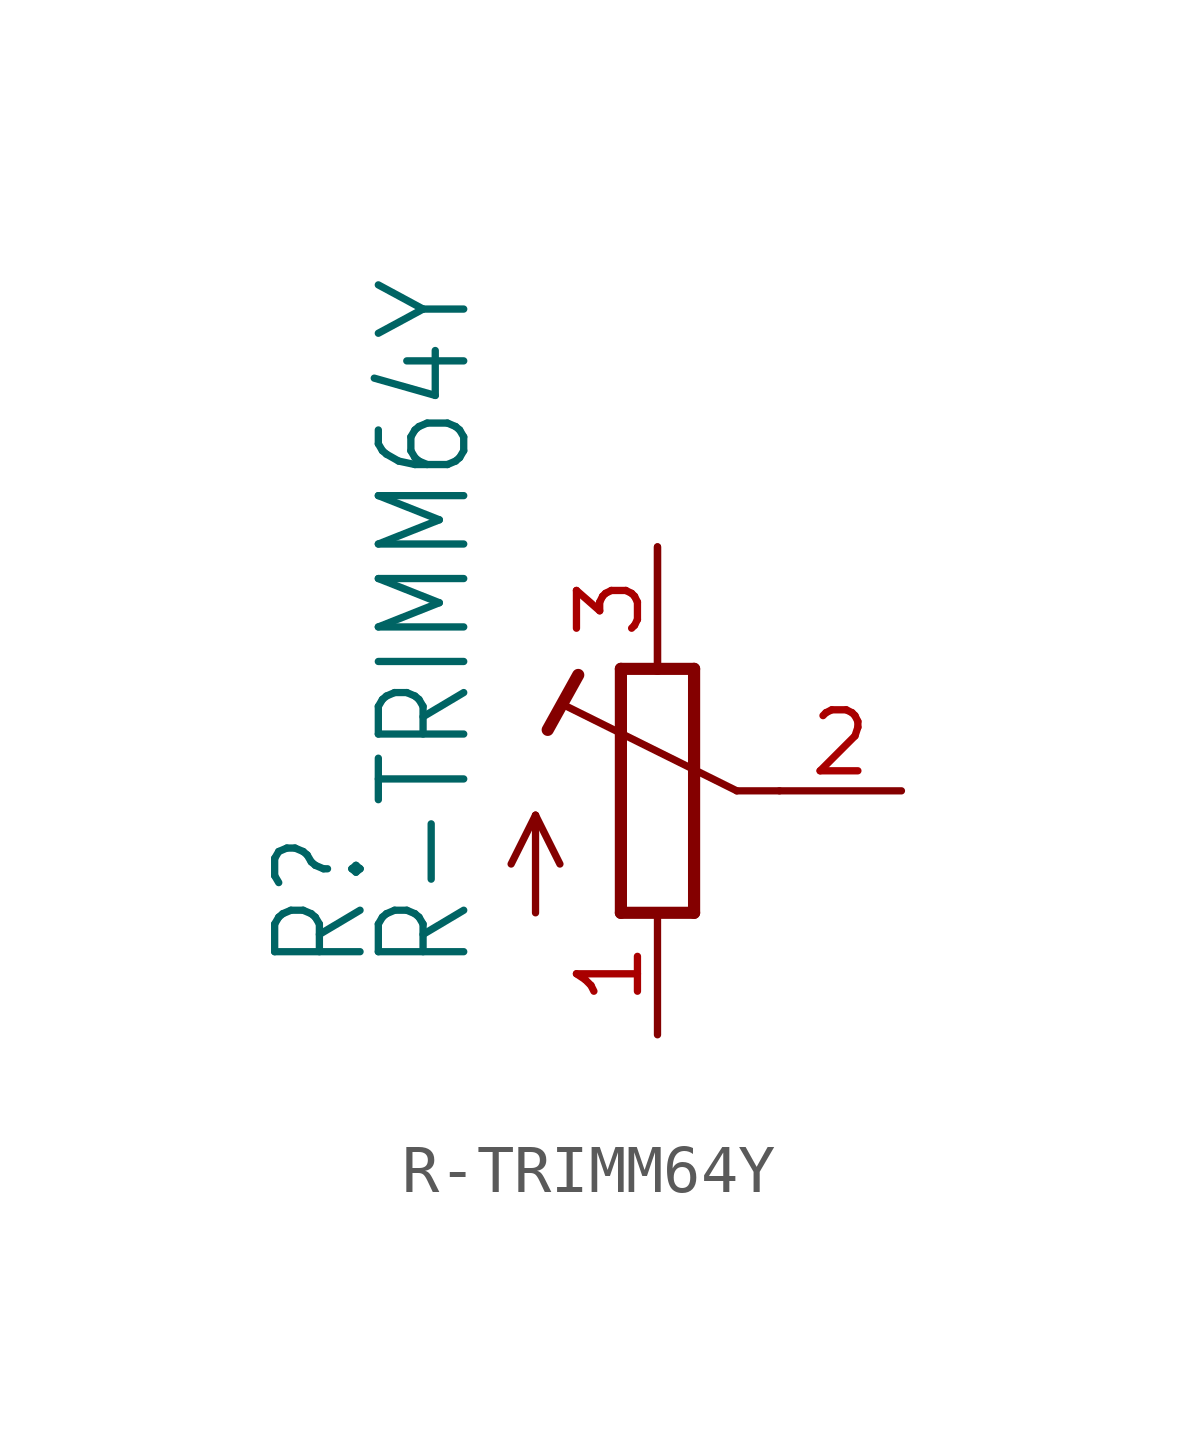
<source format=kicad_sym>
(kicad_symbol_lib
  (version 20220331)
  (generator kicad_symbol_editor)
  (symbol "R-TRIMM64Y"
    (property "Reference" "R"
      (at -5.969 -3.81 90)
      (effects (font (size 1.778 1.511)) (justify left bottom)))
    (property "Value" "R-TRIMM64Y"
      (at -3.81 -3.81 90)
      (effects (font (size 1.778 1.511)) (justify left bottom)))
    (property "ki_locked" ""
      (at 0 0 0)
      (effects (font (size 1.27 1.27))))
    (symbol "R-TRIMM64Y_1_0"
      (polyline (pts (xy -2.54 -2.54) (xy -2.54 -0.508)) (stroke (width 0.152) (type solid)) (fill (type none)))
      (polyline (pts (xy -2.54 -0.508) (xy -3.048 -1.524)) (stroke (width 0.152) (type solid)) (fill (type none)))
      (polyline (pts (xy -2.54 -0.508) (xy -2.032 -1.524)) (stroke (width 0.152) (type solid)) (fill (type none)))
      (polyline (pts (xy -2.286 1.27) (xy -1.651 2.413)) (stroke (width 0.254) (type solid)) (fill (type none)))
      (polyline (pts (xy -0.762 -2.54) (xy 0.762 -2.54)) (stroke (width 0.254) (type solid)) (fill (type none)))
      (polyline (pts (xy -0.762 2.54) (xy -0.762 -2.54)) (stroke (width 0.254) (type solid)) (fill (type none)))
      (polyline (pts (xy 0 2.54) (xy -0.762 2.54)) (stroke (width 0.254) (type solid)) (fill (type none)))
      (polyline (pts (xy 0 2.54) (xy 0 5.08)) (stroke (width 0.152) (type solid)) (fill (type none)))
      (polyline (pts (xy 0.762 -2.54) (xy 0.762 2.54)) (stroke (width 0.254) (type solid)) (fill (type none)))
      (polyline (pts (xy 0.762 2.54) (xy 0 2.54)) (stroke (width 0.254) (type solid)) (fill (type none)))
      (polyline (pts (xy 1.651 0) (xy -1.88 1.753)) (stroke (width 0.152) (type solid)) (fill (type none)))
      (polyline (pts (xy 2.54 0) (xy 1.651 0)) (stroke (width 0.152) (type solid)) (fill (type none)))
      (pin passive line (at 0 -5.08 90) (length 2.54) (name "E" (effects (font (size 0 0)))) (number "1" (effects (font (size 1.27 1.27)))))
      (pin passive line (at 5.08 0 180) (length 2.54) (name "S" (effects (font (size 0 0)))) (number "2" (effects (font (size 1.27 1.27)))))
      (pin passive line (at 0 5.08 270) (length 2.54) (name "A" (effects (font (size 0 0)))) (number "3" (effects (font (size 1.27 1.27))))))))
</source>
